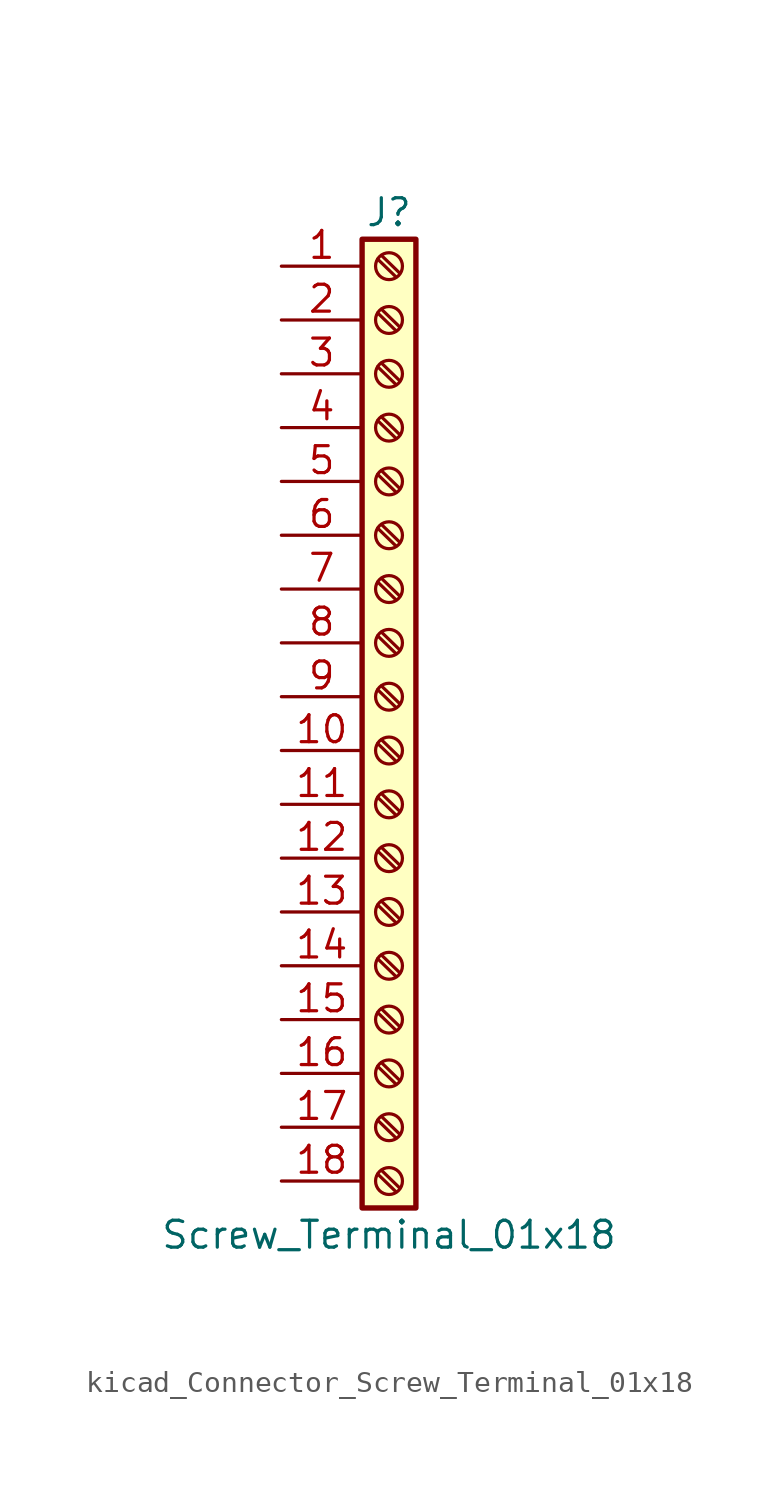
<source format=kicad_sym>
(kicad_symbol_lib
  (version 20220914)
  (generator kicad_symbol_editor)
  (symbol "kicad_Connector_Screw_Terminal_01x18"
    (pin_names
      (offset 1.016) hide)
    (property "Reference" "J"
      (at 0 22.86 0)
      (effects (font (size 1.27 1.27))))
    (property "Value" "Screw_Terminal_01x18"
      (at 0 -25.4 0)
      (effects (font (size 1.27 1.27))))
    (symbol "kicad_Connector_Screw_Terminal_01x18_1_1"
      (rectangle (start -1.27 21.59) (end 1.27 -24.13) (stroke (width 0.254) (type default)) (fill (type background)))
      (circle (center 0 -22.86) (radius 0.635) (stroke (width 0.152) (type default)) (fill (type none)))
      (circle (center 0 -20.32) (radius 0.635) (stroke (width 0.152) (type default)) (fill (type none)))
      (circle (center 0 -17.78) (radius 0.635) (stroke (width 0.152) (type default)) (fill (type none)))
      (circle (center 0 -15.24) (radius 0.635) (stroke (width 0.152) (type default)) (fill (type none)))
      (circle (center 0 -12.7) (radius 0.635) (stroke (width 0.152) (type default)) (fill (type none)))
      (circle (center 0 -10.16) (radius 0.635) (stroke (width 0.152) (type default)) (fill (type none)))
      (circle (center 0 -7.62) (radius 0.635) (stroke (width 0.152) (type default)) (fill (type none)))
      (circle (center 0 -5.08) (radius 0.635) (stroke (width 0.152) (type default)) (fill (type none)))
      (circle (center 0 -2.54) (radius 0.635) (stroke (width 0.152) (type default)) (fill (type none)))
      (polyline (pts (xy -0.533 -22.53) (xy 0.33 -23.368)) (stroke (width 0.152) (type default)) (fill (type none)))
      (polyline (pts (xy -0.533 -19.99) (xy 0.33 -20.828)) (stroke (width 0.152) (type default)) (fill (type none)))
      (polyline (pts (xy -0.533 -17.45) (xy 0.33 -18.288)) (stroke (width 0.152) (type default)) (fill (type none)))
      (polyline (pts (xy -0.533 -14.91) (xy 0.33 -15.748)) (stroke (width 0.152) (type default)) (fill (type none)))
      (polyline (pts (xy -0.533 -12.37) (xy 0.33 -13.208)) (stroke (width 0.152) (type default)) (fill (type none)))
      (polyline (pts (xy -0.533 -9.83) (xy 0.33 -10.668)) (stroke (width 0.152) (type default)) (fill (type none)))
      (polyline (pts (xy -0.533 -7.29) (xy 0.33 -8.128)) (stroke (width 0.152) (type default)) (fill (type none)))
      (polyline (pts (xy -0.533 -4.75) (xy 0.33 -5.588)) (stroke (width 0.152) (type default)) (fill (type none)))
      (polyline (pts (xy -0.533 -2.21) (xy 0.33 -3.048)) (stroke (width 0.152) (type default)) (fill (type none)))
      (polyline (pts (xy -0.533 0.33) (xy 0.33 -0.508)) (stroke (width 0.152) (type default)) (fill (type none)))
      (polyline (pts (xy -0.533 2.87) (xy 0.33 2.032)) (stroke (width 0.152) (type default)) (fill (type none)))
      (polyline (pts (xy -0.533 5.41) (xy 0.33 4.572)) (stroke (width 0.152) (type default)) (fill (type none)))
      (polyline (pts (xy -0.533 7.95) (xy 0.33 7.112)) (stroke (width 0.152) (type default)) (fill (type none)))
      (polyline (pts (xy -0.533 10.49) (xy 0.33 9.652)) (stroke (width 0.152) (type default)) (fill (type none)))
      (polyline (pts (xy -0.533 13.03) (xy 0.33 12.192)) (stroke (width 0.152) (type default)) (fill (type none)))
      (polyline (pts (xy -0.533 15.57) (xy 0.33 14.732)) (stroke (width 0.152) (type default)) (fill (type none)))
      (polyline (pts (xy -0.533 18.11) (xy 0.33 17.272)) (stroke (width 0.152) (type default)) (fill (type none)))
      (polyline (pts (xy -0.533 20.65) (xy 0.33 19.812)) (stroke (width 0.152) (type default)) (fill (type none)))
      (polyline (pts (xy -0.356 -22.352) (xy 0.508 -23.19)) (stroke (width 0.152) (type default)) (fill (type none)))
      (polyline (pts (xy -0.356 -19.812) (xy 0.508 -20.65)) (stroke (width 0.152) (type default)) (fill (type none)))
      (polyline (pts (xy -0.356 -17.272) (xy 0.508 -18.11)) (stroke (width 0.152) (type default)) (fill (type none)))
      (polyline (pts (xy -0.356 -14.732) (xy 0.508 -15.57)) (stroke (width 0.152) (type default)) (fill (type none)))
      (polyline (pts (xy -0.356 -12.192) (xy 0.508 -13.03)) (stroke (width 0.152) (type default)) (fill (type none)))
      (polyline (pts (xy -0.356 -9.652) (xy 0.508 -10.49)) (stroke (width 0.152) (type default)) (fill (type none)))
      (polyline (pts (xy -0.356 -7.112) (xy 0.508 -7.95)) (stroke (width 0.152) (type default)) (fill (type none)))
      (polyline (pts (xy -0.356 -4.572) (xy 0.508 -5.41)) (stroke (width 0.152) (type default)) (fill (type none)))
      (polyline (pts (xy -0.356 -2.032) (xy 0.508 -2.87)) (stroke (width 0.152) (type default)) (fill (type none)))
      (polyline (pts (xy -0.356 0.508) (xy 0.508 -0.33)) (stroke (width 0.152) (type default)) (fill (type none)))
      (polyline (pts (xy -0.356 3.048) (xy 0.508 2.21)) (stroke (width 0.152) (type default)) (fill (type none)))
      (polyline (pts (xy -0.356 5.588) (xy 0.508 4.75)) (stroke (width 0.152) (type default)) (fill (type none)))
      (polyline (pts (xy -0.356 8.128) (xy 0.508 7.29)) (stroke (width 0.152) (type default)) (fill (type none)))
      (polyline (pts (xy -0.356 10.668) (xy 0.508 9.83)) (stroke (width 0.152) (type default)) (fill (type none)))
      (polyline (pts (xy -0.356 13.208) (xy 0.508 12.37)) (stroke (width 0.152) (type default)) (fill (type none)))
      (polyline (pts (xy -0.356 15.748) (xy 0.508 14.91)) (stroke (width 0.152) (type default)) (fill (type none)))
      (polyline (pts (xy -0.356 18.288) (xy 0.508 17.45)) (stroke (width 0.152) (type default)) (fill (type none)))
      (polyline (pts (xy -0.356 20.828) (xy 0.508 19.99)) (stroke (width 0.152) (type default)) (fill (type none)))
      (circle (center 0 0) (radius 0.635) (stroke (width 0.152) (type default)) (fill (type none)))
      (circle (center 0 2.54) (radius 0.635) (stroke (width 0.152) (type default)) (fill (type none)))
      (circle (center 0 5.08) (radius 0.635) (stroke (width 0.152) (type default)) (fill (type none)))
      (circle (center 0 7.62) (radius 0.635) (stroke (width 0.152) (type default)) (fill (type none)))
      (circle (center 0 10.16) (radius 0.635) (stroke (width 0.152) (type default)) (fill (type none)))
      (circle (center 0 12.7) (radius 0.635) (stroke (width 0.152) (type default)) (fill (type none)))
      (circle (center 0 15.24) (radius 0.635) (stroke (width 0.152) (type default)) (fill (type none)))
      (circle (center 0 17.78) (radius 0.635) (stroke (width 0.152) (type default)) (fill (type none)))
      (circle (center 0 20.32) (radius 0.635) (stroke (width 0.152) (type default)) (fill (type none)))
      (pin passive line (at -5.08 20.32 0) (length 3.81) (name "Pin_1" (effects (font (size 1.27 1.27)))) (number "1" (effects (font (size 1.27 1.27)))))
      (pin passive line (at -5.08 -2.54 0) (length 3.81) (name "Pin_10" (effects (font (size 1.27 1.27)))) (number "10" (effects (font (size 1.27 1.27)))))
      (pin passive line (at -5.08 -5.08 0) (length 3.81) (name "Pin_11" (effects (font (size 1.27 1.27)))) (number "11" (effects (font (size 1.27 1.27)))))
      (pin passive line (at -5.08 -7.62 0) (length 3.81) (name "Pin_12" (effects (font (size 1.27 1.27)))) (number "12" (effects (font (size 1.27 1.27)))))
      (pin passive line (at -5.08 -10.16 0) (length 3.81) (name "Pin_13" (effects (font (size 1.27 1.27)))) (number "13" (effects (font (size 1.27 1.27)))))
      (pin passive line (at -5.08 -12.7 0) (length 3.81) (name "Pin_14" (effects (font (size 1.27 1.27)))) (number "14" (effects (font (size 1.27 1.27)))))
      (pin passive line (at -5.08 -15.24 0) (length 3.81) (name "Pin_15" (effects (font (size 1.27 1.27)))) (number "15" (effects (font (size 1.27 1.27)))))
      (pin passive line (at -5.08 -17.78 0) (length 3.81) (name "Pin_16" (effects (font (size 1.27 1.27)))) (number "16" (effects (font (size 1.27 1.27)))))
      (pin passive line (at -5.08 -20.32 0) (length 3.81) (name "Pin_17" (effects (font (size 1.27 1.27)))) (number "17" (effects (font (size 1.27 1.27)))))
      (pin passive line (at -5.08 -22.86 0) (length 3.81) (name "Pin_18" (effects (font (size 1.27 1.27)))) (number "18" (effects (font (size 1.27 1.27)))))
      (pin passive line (at -5.08 17.78 0) (length 3.81) (name "Pin_2" (effects (font (size 1.27 1.27)))) (number "2" (effects (font (size 1.27 1.27)))))
      (pin passive line (at -5.08 15.24 0) (length 3.81) (name "Pin_3" (effects (font (size 1.27 1.27)))) (number "3" (effects (font (size 1.27 1.27)))))
      (pin passive line (at -5.08 12.7 0) (length 3.81) (name "Pin_4" (effects (font (size 1.27 1.27)))) (number "4" (effects (font (size 1.27 1.27)))))
      (pin passive line (at -5.08 10.16 0) (length 3.81) (name "Pin_5" (effects (font (size 1.27 1.27)))) (number "5" (effects (font (size 1.27 1.27)))))
      (pin passive line (at -5.08 7.62 0) (length 3.81) (name "Pin_6" (effects (font (size 1.27 1.27)))) (number "6" (effects (font (size 1.27 1.27)))))
      (pin passive line (at -5.08 5.08 0) (length 3.81) (name "Pin_7" (effects (font (size 1.27 1.27)))) (number "7" (effects (font (size 1.27 1.27)))))
      (pin passive line (at -5.08 2.54 0) (length 3.81) (name "Pin_8" (effects (font (size 1.27 1.27)))) (number "8" (effects (font (size 1.27 1.27)))))
      (pin passive line (at -5.08 0 0) (length 3.81) (name "Pin_9" (effects (font (size 1.27 1.27)))) (number "9" (effects (font (size 1.27 1.27))))))))
</source>
